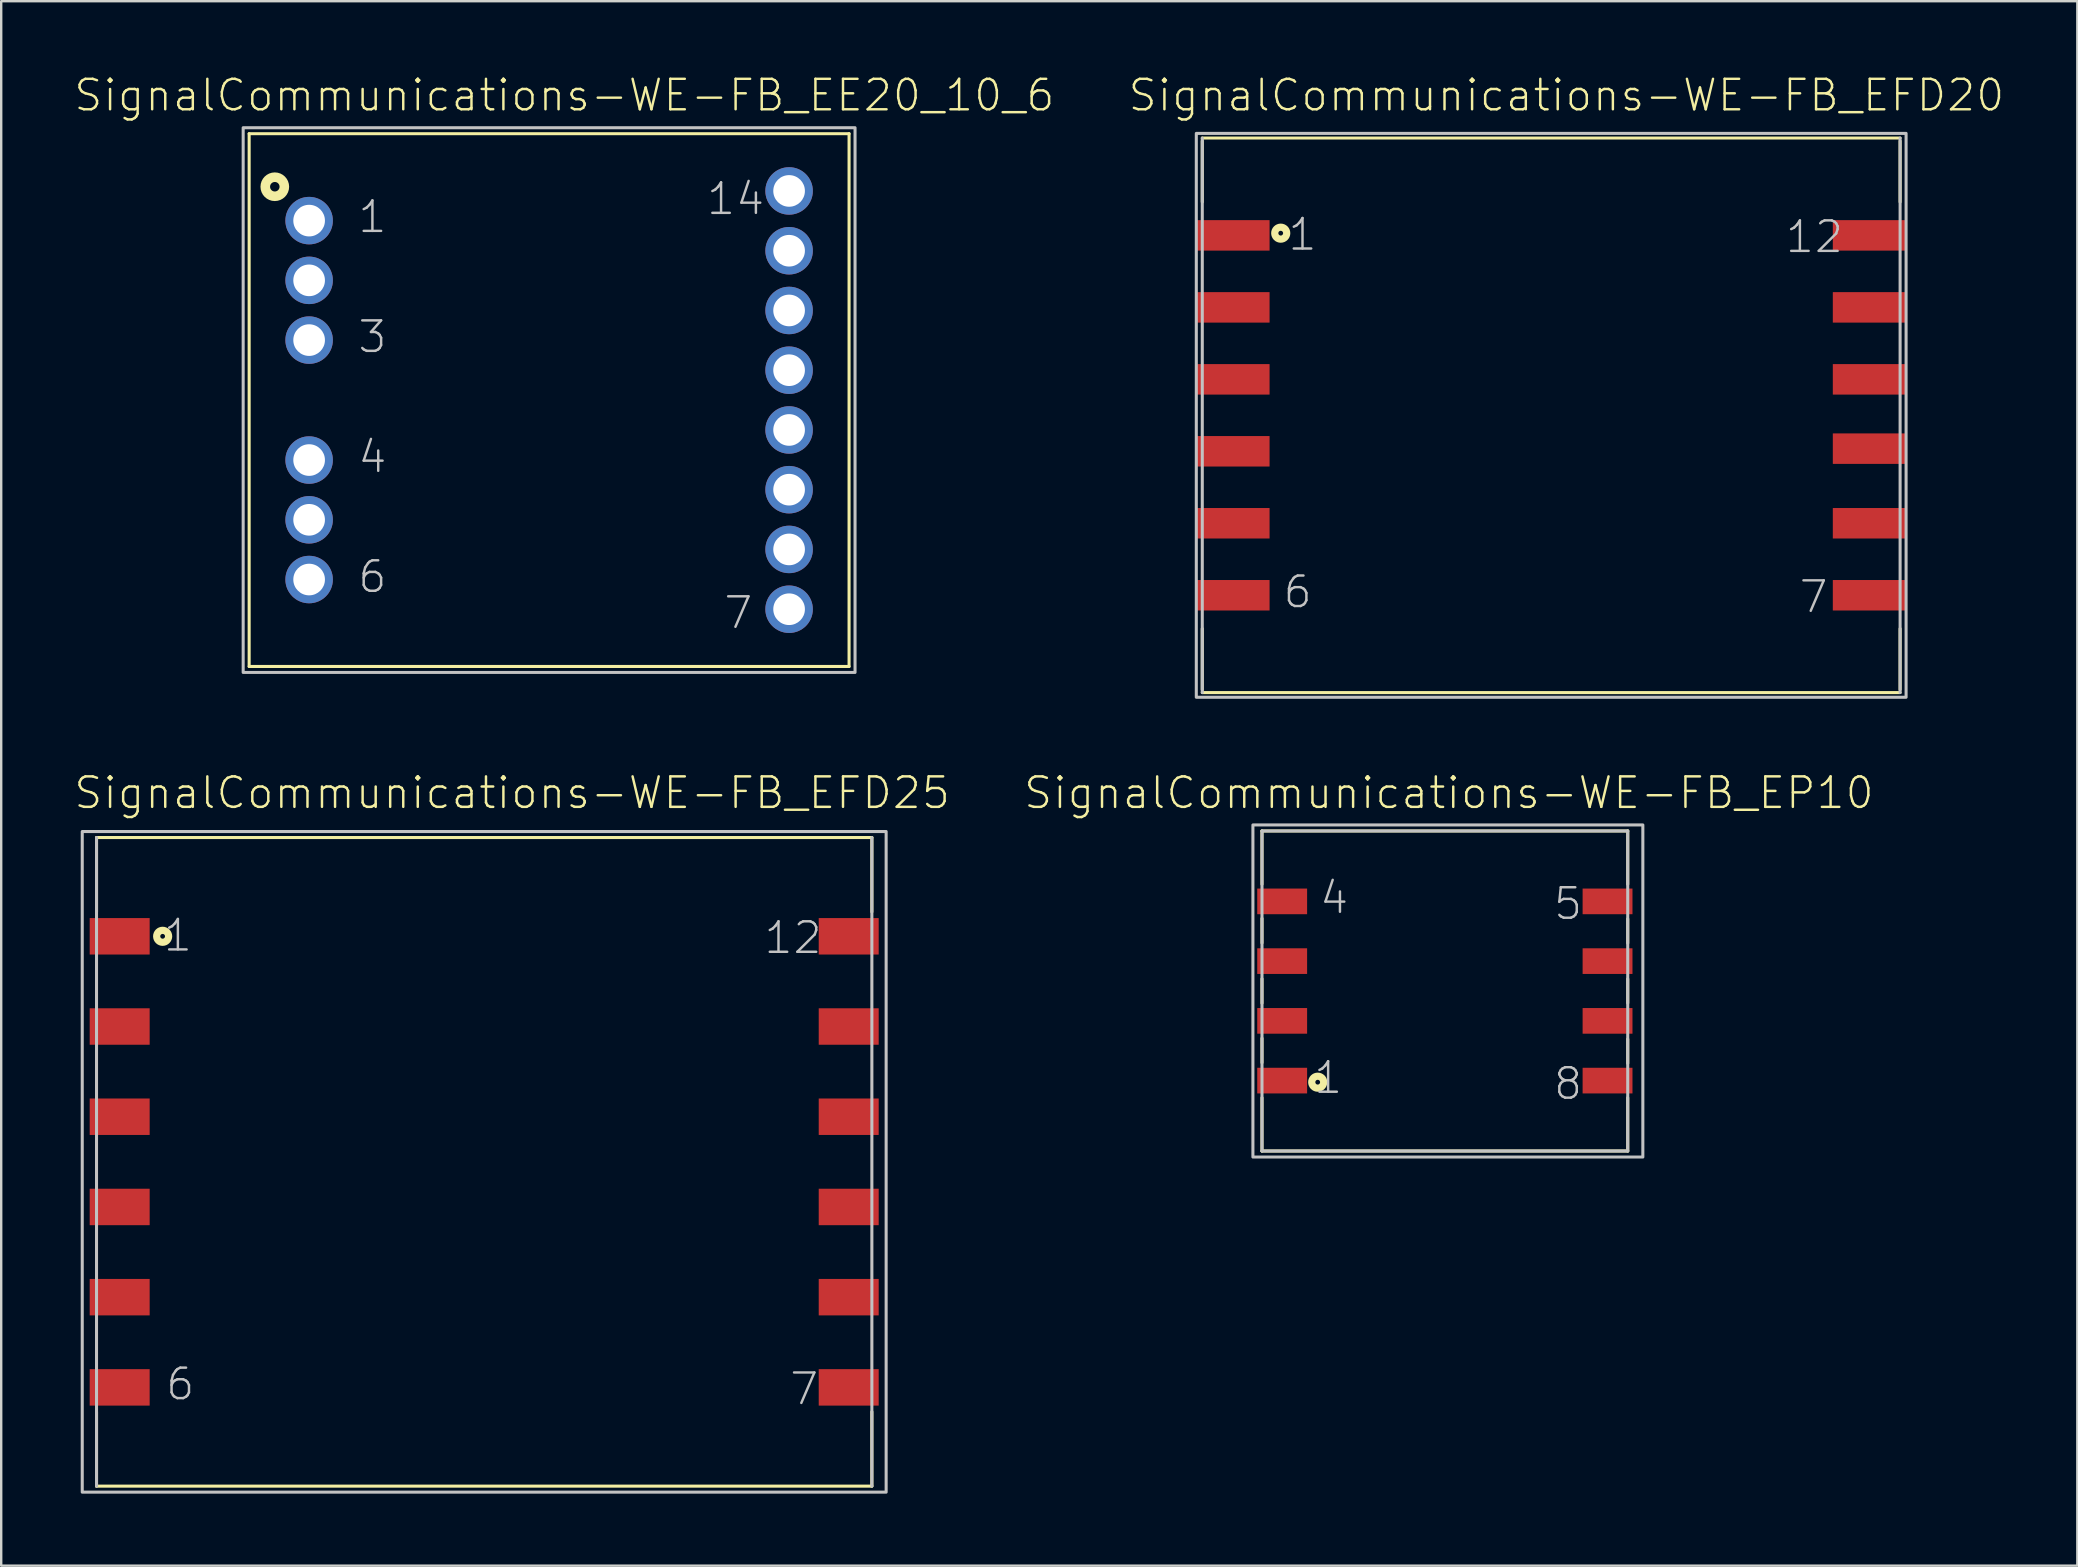
<source format=kicad_pcb>
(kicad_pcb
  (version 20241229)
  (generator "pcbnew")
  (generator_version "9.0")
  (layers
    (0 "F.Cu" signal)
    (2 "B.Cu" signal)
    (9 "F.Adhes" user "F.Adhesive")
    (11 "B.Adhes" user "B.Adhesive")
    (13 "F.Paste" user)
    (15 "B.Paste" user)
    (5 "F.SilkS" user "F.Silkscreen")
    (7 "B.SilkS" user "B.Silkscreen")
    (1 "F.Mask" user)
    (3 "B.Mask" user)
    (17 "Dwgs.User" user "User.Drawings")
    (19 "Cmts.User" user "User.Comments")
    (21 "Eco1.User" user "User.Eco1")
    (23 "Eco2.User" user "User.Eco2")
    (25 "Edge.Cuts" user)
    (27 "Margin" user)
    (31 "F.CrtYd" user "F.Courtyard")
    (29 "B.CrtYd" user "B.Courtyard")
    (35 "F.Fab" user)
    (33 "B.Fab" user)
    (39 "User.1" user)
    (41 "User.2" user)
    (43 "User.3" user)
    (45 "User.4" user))
  (footprint "SignalCommunications-WE-FB_EFD20"
    (layer "F.Cu")
    (at 61.587 14.256)
    (property "Reference" "SignalCommunications-WE-FB_EFD20" (at 0.635 -13.335 0) (layer "F.SilkS") (effects (font (size 1.27 1.27) (thickness 0.102))))
    (attr smd)
    (fp_line (start -14.539 -11.43) (end -14.539 -8.89) (stroke (width 0.127) (type solid)) (layer "F.SilkS"))
    (fp_line (start -14.539 8.89) (end -14.539 11.43) (stroke (width 0.127) (type solid)) (layer "F.SilkS"))
    (fp_line (start -14.539 11.554) (end 14.539 11.554) (stroke (width 0.127) (type solid)) (layer "F.SilkS"))
    (fp_line (start 14.539 -11.554) (end -14.539 -11.554) (stroke (width 0.127) (type solid)) (layer "F.SilkS"))
    (fp_line (start 14.539 -11.43) (end 14.539 -8.89) (stroke (width 0.127) (type solid)) (layer "F.SilkS"))
    (fp_line (start 14.539 8.89) (end 14.539 11.43) (stroke (width 0.127) (type solid)) (layer "F.SilkS"))
    (fp_circle (center -11.27 -7.59) (end -11.27 -7.689) (stroke (width 0.3) (type solid)) (fill no) (layer "F.SilkS"))
    (fp_line (start -14.539 -11.554) (end -14.539 11.554) (stroke (width 0.127) (type solid)) (layer "Dwgs.User"))
    (fp_line (start 14.539 11.554) (end 14.539 -11.554) (stroke (width 0.127) (type solid)) (layer "Dwgs.User"))
    (fp_poly (pts (xy -14.788 -11.748) (xy 14.788 -11.748) (xy 14.788 11.748) (xy -14.788 11.748) (xy -14.788 -11.748)) (stroke (width 0.127) (type solid)) (fill no) (layer "Dwgs.User"))
    (fp_text user "6" (at -10.564 7.363 0) (layer "Dwgs.User") (effects (font (size 1.27 1.27) (thickness 0.102))))
    (fp_text user "1" (at -10.363 -7.534 0) (layer "Dwgs.User") (effects (font (size 1.27 1.27) (thickness 0.102))))
    (fp_text user "12" (at 10.968 -7.435 0) (layer "Dwgs.User") (effects (font (size 1.27 1.27) (thickness 0.102))))
    (fp_text user "7" (at 10.935 7.564 0) (layer "Dwgs.User") (effects (font (size 1.27 1.27) (thickness 0.102))))
    (pad "1" smd rect (at -13.259 -7.498) (size 3.048 1.27) (layers "F.Cu" "F.Mask" "F.Paste"))
    (pad "2" smd rect (at -13.259 -4.498) (size 3.048 1.27) (layers "F.Cu" "F.Mask" "F.Paste"))
    (pad "3" smd rect (at -13.259 -1.499) (size 3.048 1.27) (layers "F.Cu" "F.Mask" "F.Paste"))
    (pad "4" smd rect (at -13.259 1.499) (size 3.048 1.27) (layers "F.Cu" "F.Mask" "F.Paste"))
    (pad "5" smd rect (at -13.259 4.498) (size 3.048 1.27) (layers "F.Cu" "F.Mask" "F.Paste"))
    (pad "6" smd rect (at -13.259 7.498) (size 3.048 1.27) (layers "F.Cu" "F.Mask" "F.Paste"))
    (pad "7" smd rect (at 13.259 7.498) (size 3.048 1.27) (layers "F.Cu" "F.Mask" "F.Paste"))
    (pad "8" smd rect (at 13.259 4.498) (size 3.048 1.27) (layers "F.Cu" "F.Mask" "F.Paste"))
    (pad "9" smd rect (at 13.259 1.389) (size 3.048 1.27) (layers "F.Cu" "F.Mask" "F.Paste"))
    (pad "10" smd rect (at 13.259 -1.499) (size 3.048 1.27) (layers "F.Cu" "F.Mask" "F.Paste"))
    (pad "11" smd rect (at 13.259 -4.498) (size 3.048 1.27) (layers "F.Cu" "F.Mask" "F.Paste"))
    (pad "12" smd rect (at 13.259 -7.498) (size 3.048 1.27) (layers "F.Cu" "F.Mask" "F.Paste")))
  (footprint "SignalCommunications-WE-FB_EP10"
    (layer "F.Cu")
    (at 57.156 38.244)
    (property "Reference" "SignalCommunications-WE-FB_EP10" (at 0.168 -8.255 0) (layer "F.SilkS") (effects (font (size 1.27 1.27) (thickness 0.102))))
    (attr smd)
    (fp_line (start -7.62 -6.668) (end 7.62 -6.668) (stroke (width 0.127) (type solid)) (layer "F.SilkS"))
    (fp_line (start -7.62 -4.448) (end -7.62 -6.668) (stroke (width 0.127) (type solid)) (layer "F.SilkS"))
    (fp_line (start -7.62 -3.023) (end -7.62 -2.002) (stroke (width 0.127) (type solid)) (layer "F.SilkS"))
    (fp_line (start -7.62 -0.508) (end -7.62 0.508) (stroke (width 0.127) (type solid)) (layer "F.SilkS"))
    (fp_line (start -7.62 1.971) (end -7.62 2.987) (stroke (width 0.127) (type solid)) (layer "F.SilkS"))
    (fp_line (start -7.62 4.448) (end -7.62 6.668) (stroke (width 0.127) (type solid)) (layer "F.SilkS"))
    (fp_line (start -7.62 6.668) (end 7.62 6.668) (stroke (width 0.127) (type solid)) (layer "F.SilkS"))
    (fp_line (start 7.62 -6.668) (end 7.62 -4.448) (stroke (width 0.127) (type solid)) (layer "F.SilkS"))
    (fp_line (start 7.62 -3.005) (end 7.62 -1.994) (stroke (width 0.127) (type solid)) (layer "F.SilkS"))
    (fp_line (start 7.62 -0.503) (end 7.62 0.503) (stroke (width 0.127) (type solid)) (layer "F.SilkS"))
    (fp_line (start 7.62 2.004) (end 7.62 3.015) (stroke (width 0.127) (type solid)) (layer "F.SilkS"))
    (fp_line (start 7.62 6.668) (end 7.62 4.448) (stroke (width 0.127) (type solid)) (layer "F.SilkS"))
    (fp_circle (center -5.298 3.8) (end -5.298 3.701) (stroke (width 0.3) (type solid)) (fill no) (layer "F.SilkS"))
    (fp_line (start -7.62 -6.668) (end -7.62 6.668) (stroke (width 0.127) (type solid)) (layer "Dwgs.User"))
    (fp_line (start -7.62 6.668) (end 7.62 6.668) (stroke (width 0.127) (type solid)) (layer "Dwgs.User"))
    (fp_line (start 7.62 -6.668) (end -7.62 -6.668) (stroke (width 0.127) (type solid)) (layer "Dwgs.User"))
    (fp_line (start 7.62 6.668) (end 7.62 -6.668) (stroke (width 0.127) (type solid)) (layer "Dwgs.User"))
    (fp_poly (pts (xy -7.998 -6.919) (xy 8.25 -6.919) (xy 8.25 6.919) (xy -7.998 6.919) (xy -7.998 -6.919)) (stroke (width 0.127) (type solid)) (fill no) (layer "Dwgs.User"))
    (fp_text user "5" (at 5.133 -3.635 0) (layer "Dwgs.User") (effects (font (size 1.27 1.27) (thickness 0.102))))
    (fp_text user "1" (at -4.864 3.614 0) (layer "Dwgs.User") (effects (font (size 1.27 1.27) (thickness 0.102))))
    (fp_text user "4" (at -4.613 -3.884 0) (layer "Dwgs.User") (effects (font (size 1.27 1.27) (thickness 0.102))))
    (fp_text user "8" (at 5.133 3.863 0) (layer "Dwgs.User") (effects (font (size 1.27 1.27) (thickness 0.102))))
    (pad "1" smd rect (at -6.779 3.734) (size 2.078 1.069) (layers "F.Cu" "F.Mask" "F.Paste"))
    (pad "2" smd rect (at -6.779 1.245) (size 2.078 1.069) (layers "F.Cu" "F.Mask" "F.Paste"))
    (pad "3" smd rect (at -6.779 -1.245) (size 2.078 1.069) (layers "F.Cu" "F.Mask" "F.Paste"))
    (pad "4" smd rect (at -6.779 -3.734) (size 2.078 1.069) (layers "F.Cu" "F.Mask" "F.Paste"))
    (pad "5" smd rect (at 6.779 -3.734) (size 2.078 1.069) (layers "F.Cu" "F.Mask" "F.Paste"))
    (pad "6" smd rect (at 6.779 -1.245) (size 2.078 1.069) (layers "F.Cu" "F.Mask" "F.Paste"))
    (pad "7" smd rect (at 6.779 1.245) (size 2.078 1.069) (layers "F.Cu" "F.Mask" "F.Paste"))
    (pad "8" smd rect (at 6.779 3.734) (size 2.078 1.069) (layers "F.Cu" "F.Mask" "F.Paste")))
  (footprint "SignalCommunications-WE-FB_EFD25"
    (layer "F.Cu")
    (at 17.126 45.363)
    (property "Reference" "SignalCommunications-WE-FB_EFD25" (at 1.163 -15.375 0) (layer "F.SilkS") (effects (font (size 1.27 1.27) (thickness 0.102))))
    (attr smd)
    (fp_line (start -16.154 -13.513) (end -16.154 -10.414) (stroke (width 0.127) (type solid)) (layer "F.SilkS"))
    (fp_line (start -16.154 10.414) (end -16.154 13.513) (stroke (width 0.127) (type solid)) (layer "F.SilkS"))
    (fp_line (start -16.154 13.513) (end 16.154 13.513) (stroke (width 0.127) (type solid)) (layer "F.SilkS"))
    (fp_line (start 16.154 -13.513) (end -16.154 -13.513) (stroke (width 0.127) (type solid)) (layer "F.SilkS"))
    (fp_line (start 16.154 -13.513) (end 16.154 -10.414) (stroke (width 0.127) (type solid)) (layer "F.SilkS"))
    (fp_line (start 16.154 10.414) (end 16.154 13.513) (stroke (width 0.127) (type solid)) (layer "F.SilkS"))
    (fp_circle (center -13.399 -9.398) (end -13.399 -9.497) (stroke (width 0.3) (type solid)) (fill no) (layer "F.SilkS"))
    (fp_line (start -16.154 -13.513) (end -16.154 13.513) (stroke (width 0.127) (type solid)) (layer "Dwgs.User"))
    (fp_line (start 16.154 13.513) (end 16.154 -13.513) (stroke (width 0.127) (type solid)) (layer "Dwgs.User"))
    (fp_poly (pts (xy -16.749 -13.764) (xy 16.749 -13.764) (xy 16.749 13.764) (xy -16.749 13.764) (xy -16.749 -13.764)) (stroke (width 0.127) (type solid)) (fill no) (layer "Dwgs.User"))
    (fp_text user "1" (at -12.764 -9.434 0) (layer "Dwgs.User") (effects (font (size 1.27 1.27) (thickness 0.102))))
    (fp_text user "6" (at -12.664 9.263 0) (layer "Dwgs.User") (effects (font (size 1.27 1.27) (thickness 0.102))))
    (fp_text user "7" (at 13.335 9.464 0) (layer "Dwgs.User") (effects (font (size 1.27 1.27) (thickness 0.102))))
    (fp_text user "12" (at 12.868 -9.335 0) (layer "Dwgs.User") (effects (font (size 1.27 1.27) (thickness 0.102))))
    (pad "1" smd rect (at -15.189 -9.398) (size 2.499 1.519) (layers "F.Cu" "F.Mask" "F.Paste"))
    (pad "2" smd rect (at -15.189 -5.639) (size 2.499 1.519) (layers "F.Cu" "F.Mask" "F.Paste"))
    (pad "3" smd rect (at -15.189 -1.88) (size 2.499 1.519) (layers "F.Cu" "F.Mask" "F.Paste"))
    (pad "4" smd rect (at -15.189 1.88) (size 2.499 1.519) (layers "F.Cu" "F.Mask" "F.Paste"))
    (pad "5" smd rect (at -15.189 5.639) (size 2.499 1.519) (layers "F.Cu" "F.Mask" "F.Paste"))
    (pad "6" smd rect (at -15.189 9.398) (size 2.499 1.519) (layers "F.Cu" "F.Mask" "F.Paste"))
    (pad "7" smd rect (at 15.189 9.398) (size 2.499 1.519) (layers "F.Cu" "F.Mask" "F.Paste"))
    (pad "8" smd rect (at 15.189 5.639) (size 2.499 1.519) (layers "F.Cu" "F.Mask" "F.Paste"))
    (pad "9" smd rect (at 15.189 1.88) (size 2.499 1.519) (layers "F.Cu" "F.Mask" "F.Paste"))
    (pad "10" smd rect (at 15.189 -1.88) (size 2.499 1.519) (layers "F.Cu" "F.Mask" "F.Paste"))
    (pad "11" smd rect (at 15.189 -5.639) (size 2.499 1.519) (layers "F.Cu" "F.Mask" "F.Paste"))
    (pad "12" smd rect (at 15.189 -9.398) (size 2.499 1.519) (layers "F.Cu" "F.Mask" "F.Paste")))
  (footprint "SignalCommunications-WE-FB_EE20_10_6"
    (layer "F.Cu")
    (at 19.831 13.621)
    (property "Reference" "SignalCommunications-WE-FB_EE20_10_6" (at 0.635 -12.7 0) (layer "F.SilkS") (effects (font (size 1.27 1.27) (thickness 0.102))))
    (attr exclude_from_pos_files exclude_from_bom)
    (fp_line (start -12.499 -11.1) (end -12.499 11.1) (stroke (width 0.127) (type solid)) (layer "F.SilkS"))
    (fp_line (start -12.499 11.1) (end 12.499 11.1) (stroke (width 0.127) (type solid)) (layer "F.SilkS"))
    (fp_line (start 12.499 -11.1) (end -12.499 -11.1) (stroke (width 0.127) (type solid)) (layer "F.SilkS"))
    (fp_line (start 12.499 11.1) (end 12.499 -11.1) (stroke (width 0.127) (type solid)) (layer "F.SilkS"))
    (fp_circle (center -11.43 -8.89) (end -11.43 -9.088) (stroke (width 0.399) (type solid)) (fill no) (layer "F.SilkS"))
    (fp_poly (pts (xy -12.748 -11.349) (xy 12.748 -11.349) (xy 12.748 11.349) (xy -12.748 11.349) (xy -12.748 -11.349)) (stroke (width 0.127) (type solid)) (fill no) (layer "Dwgs.User"))
    (fp_text user "4" (at -7.363 2.365 0) (layer "Dwgs.User") (effects (font (size 1.27 1.27) (thickness 0.102))))
    (fp_text user "1" (at -7.363 -7.633 0) (layer "Dwgs.User") (effects (font (size 1.27 1.27) (thickness 0.102))))
    (fp_text user "3" (at -7.363 -2.634 0) (layer "Dwgs.User") (effects (font (size 1.27 1.27) (thickness 0.102))))
    (fp_text user "14" (at 7.77 -8.385 0) (layer "Dwgs.User") (effects (font (size 1.27 1.27) (thickness 0.102))))
    (fp_text user "7" (at 7.884 8.865 0) (layer "Dwgs.User") (effects (font (size 1.27 1.27) (thickness 0.102))))
    (fp_text user "6" (at -7.363 7.363 0) (layer "Dwgs.User") (effects (font (size 1.27 1.27) (thickness 0.102))))
    (pad "1" thru_hole circle (at -10 -7.478) (size 1.979 1.979) (drill 1.318) (layers "*.Cu" "*.Paste" "*.Mask"))
    (pad "2" thru_hole circle (at -10 -4.989) (size 1.979 1.979) (drill 1.318) (layers "*.Cu" "*.Paste" "*.Mask"))
    (pad "3" thru_hole circle (at -10 -2.499) (size 1.979 1.979) (drill 1.318) (layers "*.Cu" "*.Paste" "*.Mask"))
    (pad "4" thru_hole circle (at -10 2.499) (size 1.979 1.979) (drill 1.318) (layers "*.Cu" "*.Paste" "*.Mask"))
    (pad "5" thru_hole circle (at -10 4.989) (size 1.979 1.979) (drill 1.318) (layers "*.Cu" "*.Paste" "*.Mask"))
    (pad "6" thru_hole circle (at -10 7.478) (size 1.979 1.979) (drill 1.318) (layers "*.Cu" "*.Paste" "*.Mask"))
    (pad "7" thru_hole circle (at 10 8.715) (size 1.979 1.979) (drill 1.318) (layers "*.Cu" "*.Paste" "*.Mask"))
    (pad "8" thru_hole circle (at 10 6.223) (size 1.979 1.979) (drill 1.318) (layers "*.Cu" "*.Paste" "*.Mask"))
    (pad "9" thru_hole circle (at 10 3.734) (size 1.979 1.979) (drill 1.318) (layers "*.Cu" "*.Paste" "*.Mask"))
    (pad "10" thru_hole circle (at 10 1.245) (size 1.979 1.979) (drill 1.318) (layers "*.Cu" "*.Paste" "*.Mask"))
    (pad "11" thru_hole circle (at 10 -1.245) (size 1.979 1.979) (drill 1.318) (layers "*.Cu" "*.Paste" "*.Mask"))
    (pad "12" thru_hole circle (at 10 -3.734) (size 1.979 1.979) (drill 1.318) (layers "*.Cu" "*.Paste" "*.Mask"))
    (pad "13" thru_hole circle (at 10 -6.223) (size 1.979 1.979) (drill 1.318) (layers "*.Cu" "*.Paste" "*.Mask"))
    (pad "14" thru_hole circle (at 10 -8.715) (size 1.979 1.979) (drill 1.318) (layers "*.Cu" "*.Paste" "*.Mask")))
  (gr_rect
    (start -3 -3)
    (end 83.511 62.191)
    (stroke (width 0.1) (type default))
    (fill no)
    (layer "Edge.Cuts")))
</source>
